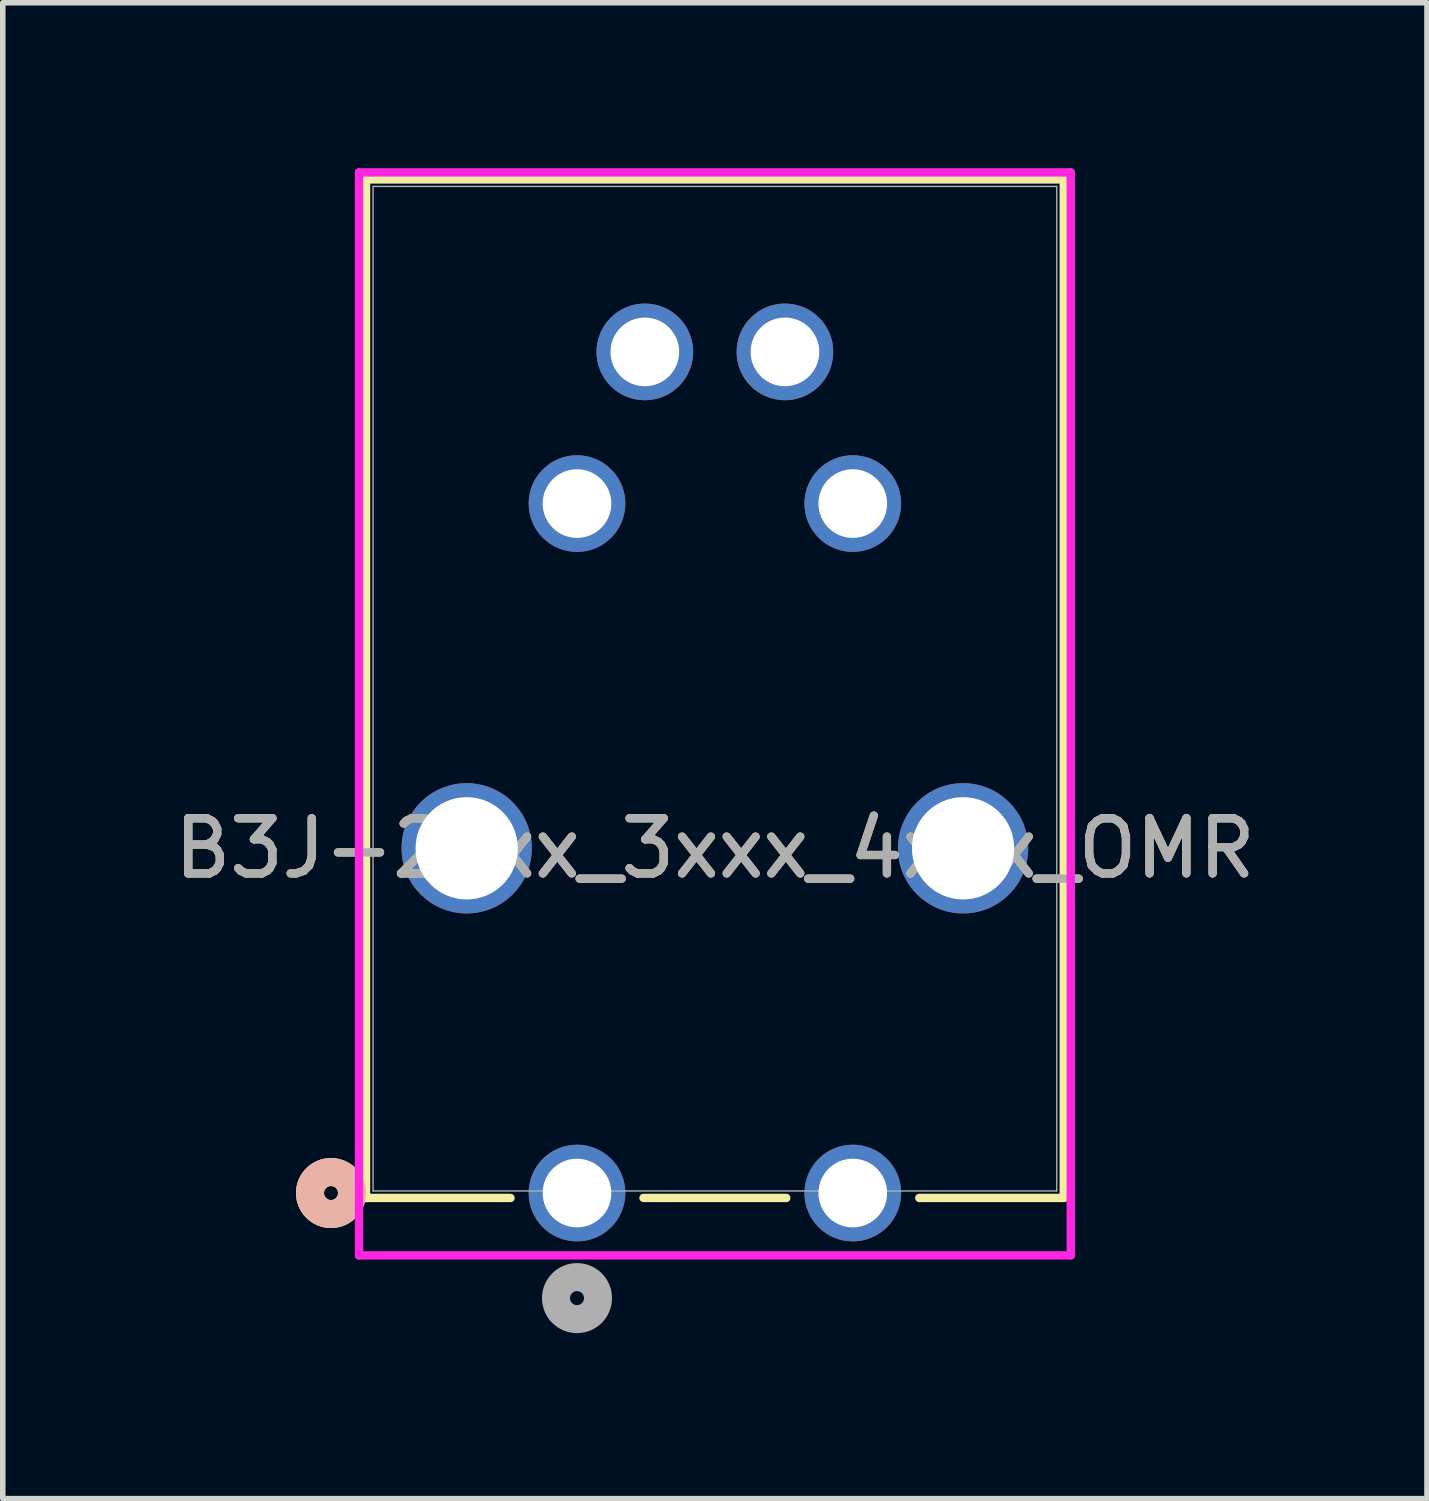
<source format=kicad_pcb>
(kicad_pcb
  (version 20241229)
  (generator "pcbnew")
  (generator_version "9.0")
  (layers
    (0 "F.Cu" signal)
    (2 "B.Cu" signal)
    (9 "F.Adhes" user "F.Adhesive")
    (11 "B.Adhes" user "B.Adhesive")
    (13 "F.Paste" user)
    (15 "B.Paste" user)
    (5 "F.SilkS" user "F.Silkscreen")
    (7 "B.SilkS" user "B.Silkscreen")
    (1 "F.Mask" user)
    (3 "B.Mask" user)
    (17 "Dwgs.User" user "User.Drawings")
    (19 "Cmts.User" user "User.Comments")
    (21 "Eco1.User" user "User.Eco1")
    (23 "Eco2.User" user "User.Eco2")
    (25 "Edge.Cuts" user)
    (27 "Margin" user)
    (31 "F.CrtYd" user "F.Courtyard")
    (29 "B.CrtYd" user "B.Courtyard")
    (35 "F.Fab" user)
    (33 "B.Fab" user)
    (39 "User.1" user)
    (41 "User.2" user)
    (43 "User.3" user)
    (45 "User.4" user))
  (footprint "B3J-2xxx_3xxx_4xxx_OMR"
    (layer "F.Cu")
    (at 7.411 18.58)
    (property "Reference" "B3J-2xxx_3xxx_4xxx_OMR" (at 2.5 -6.25 0) (unlocked yes) (layer "F.SilkS") (effects (font (size 1 1) (thickness 0.15))))
    (attr through_hole)
    (fp_line (start -3.825 -18.377) (end -3.825 0.089) (stroke (width 0.152) (type solid)) (layer "F.SilkS"))
    (fp_line (start -3.825 0.089) (end -1.206 0.089) (stroke (width 0.152) (type solid)) (layer "F.SilkS"))
    (fp_line (start 1.206 0.089) (end 3.794 0.089) (stroke (width 0.152) (type solid)) (layer "F.SilkS"))
    (fp_line (start 6.206 0.089) (end 8.825 0.089) (stroke (width 0.152) (type solid)) (layer "F.SilkS"))
    (fp_line (start 8.825 -18.377) (end -3.825 -18.377) (stroke (width 0.152) (type solid)) (layer "F.SilkS"))
    (fp_line (start 8.825 0.089) (end 8.825 -18.377) (stroke (width 0.152) (type solid)) (layer "F.SilkS"))
    (fp_circle (center -4.46 0) (end -4.079 0) (stroke (width 0.508) (type solid)) (fill no) (layer "F.SilkS"))
    (fp_circle (center -4.46 0) (end -4.079 0) (stroke (width 0.508) (type solid)) (fill no) (layer "B.SilkS"))
    (fp_line (start -3.952 -18.504) (end -3.952 1.13) (stroke (width 0.152) (type solid)) (layer "F.CrtYd"))
    (fp_line (start -3.952 1.13) (end 8.952 1.13) (stroke (width 0.152) (type solid)) (layer "F.CrtYd"))
    (fp_line (start 8.952 -18.504) (end -3.952 -18.504) (stroke (width 0.152) (type solid)) (layer "F.CrtYd"))
    (fp_line (start 8.952 1.13) (end 8.952 -18.504) (stroke (width 0.152) (type solid)) (layer "F.CrtYd"))
    (fp_line (start -3.698 -18.25) (end -3.698 -0.038) (stroke (width 0.025) (type solid)) (layer "F.Fab"))
    (fp_line (start -3.698 -0.038) (end 8.698 -0.038) (stroke (width 0.025) (type solid)) (layer "F.Fab"))
    (fp_line (start 8.698 -18.25) (end -3.698 -18.25) (stroke (width 0.025) (type solid)) (layer "F.Fab"))
    (fp_line (start 8.698 -0.038) (end 8.698 -18.25) (stroke (width 0.025) (type solid)) (layer "F.Fab"))
    (fp_circle (center 0 1.905) (end 0.381 1.905) (stroke (width 0.508) (type solid)) (fill no) (layer "F.Fab"))
    (fp_text user "${REFERENCE}" (at 2.5 -6.25 0) (unlocked yes) (layer "F.Fab") (effects (font (size 1 1) (thickness 0.15))))
    (pad "1" thru_hole circle (at 0 0) (size 1.753 1.753) (drill 1.245) (layers "*.Cu" "*.Mask"))
    (pad "2" thru_hole circle (at 0 -12.5) (size 1.753 1.753) (drill 1.245) (layers "*.Cu" "*.Mask"))
    (pad "3" thru_hole circle (at 5 0) (size 1.753 1.753) (drill 1.245) (layers "*.Cu" "*.Mask"))
    (pad "4" thru_hole circle (at 5 -12.5) (size 1.753 1.753) (drill 1.245) (layers "*.Cu" "*.Mask"))
    (pad "5" thru_hole circle (at 1.23 -15.25 90) (size 1.753 1.753) (drill 1.245) (layers "*.Cu" "*.Mask"))
    (pad "6" thru_hole circle (at 3.77 -15.25 90) (size 1.753 1.753) (drill 1.245) (layers "*.Cu" "*.Mask"))
    (pad "7" thru_hole circle (at -2 -6.25 90) (size 2.362 2.362) (drill 1.854) (layers "*.Cu" "*.Mask"))
    (pad "8" thru_hole circle (at 7 -6.25 90) (size 2.362 2.362) (drill 1.854) (layers "*.Cu" "*.Mask")))
  (gr_rect
    (start -3 -3)
    (end 22.821 24.12)
    (stroke (width 0.1) (type default))
    (fill no)
    (layer "Edge.Cuts")))
</source>
